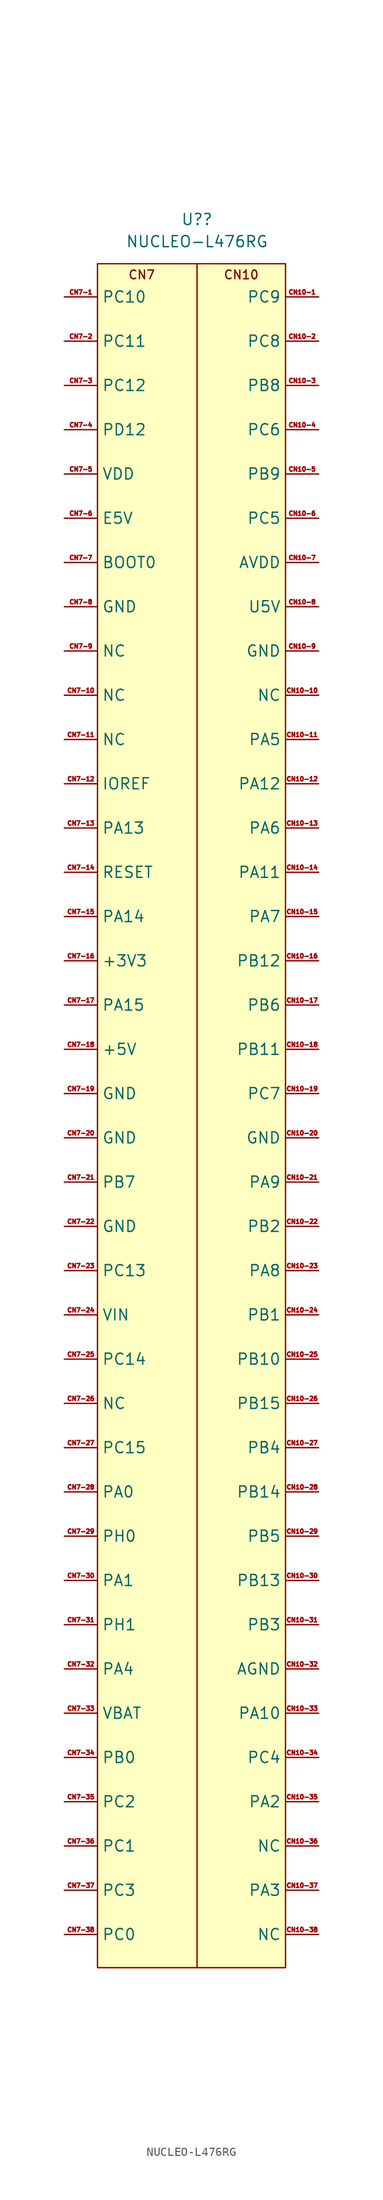
<source format=kicad_sym>
(kicad_symbol_lib
  (version 20211014)
  (generator kicad_symbol_editor)
  (symbol "NUCLEO-L476RG"
    (property "Reference" "U?"
      (at 0 5.08 0)
      (effects (font (size 1.27 1.27))))
    (property "Value" "NUCLEO-L476RG"
      (at 0 2.54 0)
      (effects (font (size 1.27 1.27))))
    (symbol "NUCLEO-L476RG_0_0"
      (text "CN10" (at 5.08 -1.27 0) (effects (font (size 1 1))))
      (text "CN7" (at -6.35 -1.27 0) (effects (font (size 1 1)))))
    (symbol "NUCLEO-L476RG_0_1"
      (rectangle (start -11.43 0) (end 10.16 -195.58) (stroke (width 0) (type default) (color 0 0 0 0)) (fill (type background)))
      (polyline (pts (xy 0 -195.58) (xy 0 0)) (stroke (width 0) (type default) (color 0 0 0 0)) (fill (type none))))
    (symbol "NUCLEO-L476RG_1_1"
      (pin unspecified line (at 13.97 -3.81 180) (length 3.8) (name "PC9" (effects (font (size 1.27 1.27)))) (number "CN10-1" (effects (font (size 0.5 0.5)))))
      (pin unspecified line (at 13.97 -49.53 180) (length 3.8) (name "NC" (effects (font (size 1.27 1.27)))) (number "CN10-10" (effects (font (size 0.5 0.5)))))
      (pin unspecified line (at 13.97 -54.61 180) (length 3.8) (name "PA5" (effects (font (size 1.27 1.27)))) (number "CN10-11" (effects (font (size 0.5 0.5)))))
      (pin unspecified line (at 13.97 -59.69 180) (length 3.8) (name "PA12" (effects (font (size 1.27 1.27)))) (number "CN10-12" (effects (font (size 0.5 0.5)))))
      (pin unspecified line (at 13.97 -64.77 180) (length 3.8) (name "PA6" (effects (font (size 1.27 1.27)))) (number "CN10-13" (effects (font (size 0.5 0.5)))))
      (pin unspecified line (at 13.97 -69.85 180) (length 3.8) (name "PA11" (effects (font (size 1.27 1.27)))) (number "CN10-14" (effects (font (size 0.5 0.5)))))
      (pin unspecified line (at 13.97 -74.93 180) (length 3.8) (name "PA7" (effects (font (size 1.27 1.27)))) (number "CN10-15" (effects (font (size 0.5 0.5)))))
      (pin unspecified line (at 13.97 -80.01 180) (length 3.8) (name "PB12" (effects (font (size 1.27 1.27)))) (number "CN10-16" (effects (font (size 0.5 0.5)))))
      (pin unspecified line (at 13.97 -85.09 180) (length 3.8) (name "PB6" (effects (font (size 1.27 1.27)))) (number "CN10-17" (effects (font (size 0.5 0.5)))))
      (pin unspecified line (at 13.97 -90.17 180) (length 3.8) (name "PB11" (effects (font (size 1.27 1.27)))) (number "CN10-18" (effects (font (size 0.5 0.5)))))
      (pin unspecified line (at 13.97 -95.25 180) (length 3.8) (name "PC7" (effects (font (size 1.27 1.27)))) (number "CN10-19" (effects (font (size 0.5 0.5)))))
      (pin unspecified line (at 13.97 -8.89 180) (length 3.8) (name "PC8" (effects (font (size 1.27 1.27)))) (number "CN10-2" (effects (font (size 0.5 0.5)))))
      (pin unspecified line (at 13.97 -100.33 180) (length 3.8) (name "GND" (effects (font (size 1.27 1.27)))) (number "CN10-20" (effects (font (size 0.5 0.5)))))
      (pin unspecified line (at 13.97 -105.41 180) (length 3.8) (name "PA9" (effects (font (size 1.27 1.27)))) (number "CN10-21" (effects (font (size 0.5 0.5)))))
      (pin unspecified line (at 13.97 -110.49 180) (length 3.8) (name "PB2" (effects (font (size 1.27 1.27)))) (number "CN10-22" (effects (font (size 0.5 0.5)))))
      (pin unspecified line (at 13.97 -115.57 180) (length 3.8) (name "PA8" (effects (font (size 1.27 1.27)))) (number "CN10-23" (effects (font (size 0.5 0.5)))))
      (pin unspecified line (at 13.97 -120.65 180) (length 3.8) (name "PB1" (effects (font (size 1.27 1.27)))) (number "CN10-24" (effects (font (size 0.5 0.5)))))
      (pin unspecified line (at 13.97 -125.73 180) (length 3.8) (name "PB10" (effects (font (size 1.27 1.27)))) (number "CN10-25" (effects (font (size 0.5 0.5)))))
      (pin unspecified line (at 13.97 -130.81 180) (length 3.8) (name "PB15" (effects (font (size 1.27 1.27)))) (number "CN10-26" (effects (font (size 0.5 0.5)))))
      (pin unspecified line (at 13.97 -135.89 180) (length 3.8) (name "PB4" (effects (font (size 1.27 1.27)))) (number "CN10-27" (effects (font (size 0.5 0.5)))))
      (pin unspecified line (at 13.97 -140.97 180) (length 3.8) (name "PB14" (effects (font (size 1.27 1.27)))) (number "CN10-28" (effects (font (size 0.5 0.5)))))
      (pin unspecified line (at 13.97 -146.05 180) (length 3.8) (name "PB5" (effects (font (size 1.27 1.27)))) (number "CN10-29" (effects (font (size 0.5 0.5)))))
      (pin unspecified line (at 13.97 -13.97 180) (length 3.8) (name "PB8" (effects (font (size 1.27 1.27)))) (number "CN10-3" (effects (font (size 0.5 0.5)))))
      (pin unspecified line (at 13.97 -151.13 180) (length 3.8) (name "PB13" (effects (font (size 1.27 1.27)))) (number "CN10-30" (effects (font (size 0.5 0.5)))))
      (pin unspecified line (at 13.97 -156.21 180) (length 3.8) (name "PB3" (effects (font (size 1.27 1.27)))) (number "CN10-31" (effects (font (size 0.5 0.5)))))
      (pin unspecified line (at 13.97 -161.29 180) (length 3.8) (name "AGND" (effects (font (size 1.27 1.27)))) (number "CN10-32" (effects (font (size 0.5 0.5)))))
      (pin unspecified line (at 13.97 -166.37 180) (length 3.8) (name "PA10" (effects (font (size 1.27 1.27)))) (number "CN10-33" (effects (font (size 0.5 0.5)))))
      (pin unspecified line (at 13.97 -171.45 180) (length 3.8) (name "PC4" (effects (font (size 1.27 1.27)))) (number "CN10-34" (effects (font (size 0.5 0.5)))))
      (pin unspecified line (at 13.97 -176.53 180) (length 3.8) (name "PA2" (effects (font (size 1.27 1.27)))) (number "CN10-35" (effects (font (size 0.5 0.5)))))
      (pin unspecified line (at 13.97 -181.61 180) (length 3.8) (name "NC" (effects (font (size 1.27 1.27)))) (number "CN10-36" (effects (font (size 0.5 0.5)))))
      (pin unspecified line (at 13.97 -186.69 180) (length 3.8) (name "PA3" (effects (font (size 1.27 1.27)))) (number "CN10-37" (effects (font (size 0.5 0.5)))))
      (pin unspecified line (at 13.97 -191.77 180) (length 3.8) (name "NC" (effects (font (size 1.27 1.27)))) (number "CN10-38" (effects (font (size 0.5 0.5)))))
      (pin unspecified line (at 13.97 -19.05 180) (length 3.8) (name "PC6" (effects (font (size 1.27 1.27)))) (number "CN10-4" (effects (font (size 0.5 0.5)))))
      (pin unspecified line (at 13.97 -24.13 180) (length 3.8) (name "PB9" (effects (font (size 1.27 1.27)))) (number "CN10-5" (effects (font (size 0.5 0.5)))))
      (pin unspecified line (at 13.97 -29.21 180) (length 3.8) (name "PC5" (effects (font (size 1.27 1.27)))) (number "CN10-6" (effects (font (size 0.5 0.5)))))
      (pin unspecified line (at 13.97 -34.29 180) (length 3.8) (name "AVDD" (effects (font (size 1.27 1.27)))) (number "CN10-7" (effects (font (size 0.5 0.5)))))
      (pin unspecified line (at 13.97 -39.37 180) (length 3.8) (name "U5V" (effects (font (size 1.27 1.27)))) (number "CN10-8" (effects (font (size 0.5 0.5)))))
      (pin unspecified line (at 13.97 -44.45 180) (length 3.8) (name "GND" (effects (font (size 1.27 1.27)))) (number "CN10-9" (effects (font (size 0.5 0.5)))))
      (pin unspecified line (at -15.24 -3.81 0) (length 3.8) (name "PC10" (effects (font (size 1.27 1.27)))) (number "CN7-1" (effects (font (size 0.5 0.5)))))
      (pin unspecified line (at -15.24 -49.53 0) (length 3.8) (name "NC" (effects (font (size 1.27 1.27)))) (number "CN7-10" (effects (font (size 0.5 0.5)))))
      (pin unspecified line (at -15.24 -54.61 0) (length 3.8) (name "NC" (effects (font (size 1.27 1.27)))) (number "CN7-11" (effects (font (size 0.5 0.5)))))
      (pin unspecified line (at -15.24 -59.69 0) (length 3.8) (name "IOREF" (effects (font (size 1.27 1.27)))) (number "CN7-12" (effects (font (size 0.5 0.5)))))
      (pin unspecified line (at -15.24 -64.77 0) (length 3.8) (name "PA13" (effects (font (size 1.27 1.27)))) (number "CN7-13" (effects (font (size 0.5 0.5)))))
      (pin unspecified line (at -15.24 -69.85 0) (length 3.8) (name "RESET" (effects (font (size 1.27 1.27)))) (number "CN7-14" (effects (font (size 0.5 0.5)))))
      (pin unspecified line (at -15.24 -74.93 0) (length 3.8) (name "PA14" (effects (font (size 1.27 1.27)))) (number "CN7-15" (effects (font (size 0.5 0.5)))))
      (pin unspecified line (at -15.24 -80.01 0) (length 3.8) (name "+3V3" (effects (font (size 1.27 1.27)))) (number "CN7-16" (effects (font (size 0.5 0.5)))))
      (pin unspecified line (at -15.24 -85.09 0) (length 3.8) (name "PA15" (effects (font (size 1.27 1.27)))) (number "CN7-17" (effects (font (size 0.5 0.5)))))
      (pin unspecified line (at -15.24 -90.17 0) (length 3.8) (name "+5V" (effects (font (size 1.27 1.27)))) (number "CN7-18" (effects (font (size 0.5 0.5)))))
      (pin unspecified line (at -15.24 -95.25 0) (length 3.8) (name "GND" (effects (font (size 1.27 1.27)))) (number "CN7-19" (effects (font (size 0.5 0.5)))))
      (pin unspecified line (at -15.24 -8.89 0) (length 3.8) (name "PC11" (effects (font (size 1.27 1.27)))) (number "CN7-2" (effects (font (size 0.5 0.5)))))
      (pin unspecified line (at -15.24 -100.33 0) (length 3.8) (name "GND" (effects (font (size 1.27 1.27)))) (number "CN7-20" (effects (font (size 0.5 0.5)))))
      (pin unspecified line (at -15.24 -105.41 0) (length 3.8) (name "PB7" (effects (font (size 1.27 1.27)))) (number "CN7-21" (effects (font (size 0.5 0.5)))))
      (pin unspecified line (at -15.24 -110.49 0) (length 3.8) (name "GND" (effects (font (size 1.27 1.27)))) (number "CN7-22" (effects (font (size 0.5 0.5)))))
      (pin unspecified line (at -15.24 -115.57 0) (length 3.8) (name "PC13" (effects (font (size 1.27 1.27)))) (number "CN7-23" (effects (font (size 0.5 0.5)))))
      (pin unspecified line (at -15.24 -120.65 0) (length 3.8) (name "VIN" (effects (font (size 1.27 1.27)))) (number "CN7-24" (effects (font (size 0.5 0.5)))))
      (pin unspecified line (at -15.24 -125.73 0) (length 3.8) (name "PC14" (effects (font (size 1.27 1.27)))) (number "CN7-25" (effects (font (size 0.5 0.5)))))
      (pin unspecified line (at -15.24 -130.81 0) (length 3.8) (name "NC" (effects (font (size 1.27 1.27)))) (number "CN7-26" (effects (font (size 0.5 0.5)))))
      (pin unspecified line (at -15.24 -135.89 0) (length 3.8) (name "PC15" (effects (font (size 1.27 1.27)))) (number "CN7-27" (effects (font (size 0.5 0.5)))))
      (pin unspecified line (at -15.24 -140.97 0) (length 3.8) (name "PA0" (effects (font (size 1.27 1.27)))) (number "CN7-28" (effects (font (size 0.5 0.5)))))
      (pin unspecified line (at -15.24 -146.05 0) (length 3.8) (name "PH0" (effects (font (size 1.27 1.27)))) (number "CN7-29" (effects (font (size 0.5 0.5)))))
      (pin unspecified line (at -15.24 -13.97 0) (length 3.8) (name "PC12" (effects (font (size 1.27 1.27)))) (number "CN7-3" (effects (font (size 0.5 0.5)))))
      (pin unspecified line (at -15.24 -151.13 0) (length 3.8) (name "PA1" (effects (font (size 1.27 1.27)))) (number "CN7-30" (effects (font (size 0.5 0.5)))))
      (pin unspecified line (at -15.24 -156.21 0) (length 3.8) (name "PH1" (effects (font (size 1.27 1.27)))) (number "CN7-31" (effects (font (size 0.5 0.5)))))
      (pin unspecified line (at -15.24 -161.29 0) (length 3.8) (name "PA4" (effects (font (size 1.27 1.27)))) (number "CN7-32" (effects (font (size 0.5 0.5)))))
      (pin unspecified line (at -15.24 -166.37 0) (length 3.8) (name "VBAT" (effects (font (size 1.27 1.27)))) (number "CN7-33" (effects (font (size 0.5 0.5)))))
      (pin unspecified line (at -15.24 -171.45 0) (length 3.8) (name "PB0" (effects (font (size 1.27 1.27)))) (number "CN7-34" (effects (font (size 0.5 0.5)))))
      (pin unspecified line (at -15.24 -176.53 0) (length 3.8) (name "PC2" (effects (font (size 1.27 1.27)))) (number "CN7-35" (effects (font (size 0.5 0.5)))))
      (pin unspecified line (at -15.24 -181.61 0) (length 3.8) (name "PC1" (effects (font (size 1.27 1.27)))) (number "CN7-36" (effects (font (size 0.5 0.5)))))
      (pin unspecified line (at -15.24 -186.69 0) (length 3.8) (name "PC3" (effects (font (size 1.27 1.27)))) (number "CN7-37" (effects (font (size 0.5 0.5)))))
      (pin unspecified line (at -15.24 -191.77 0) (length 3.8) (name "PC0" (effects (font (size 1.27 1.27)))) (number "CN7-38" (effects (font (size 0.5 0.5)))))
      (pin unspecified line (at -15.24 -19.05 0) (length 3.8) (name "PD12" (effects (font (size 1.27 1.27)))) (number "CN7-4" (effects (font (size 0.5 0.5)))))
      (pin unspecified line (at -15.24 -24.13 0) (length 3.8) (name "VDD" (effects (font (size 1.27 1.27)))) (number "CN7-5" (effects (font (size 0.5 0.5)))))
      (pin unspecified line (at -15.24 -29.21 0) (length 3.8) (name "E5V" (effects (font (size 1.27 1.27)))) (number "CN7-6" (effects (font (size 0.5 0.5)))))
      (pin unspecified line (at -15.24 -34.29 0) (length 3.8) (name "BOOT0" (effects (font (size 1.27 1.27)))) (number "CN7-7" (effects (font (size 0.5 0.5)))))
      (pin unspecified line (at -15.24 -39.37 0) (length 3.8) (name "GND" (effects (font (size 1.27 1.27)))) (number "CN7-8" (effects (font (size 0.5 0.5)))))
      (pin unspecified line (at -15.24 -44.45 0) (length 3.8) (name "NC" (effects (font (size 1.27 1.27)))) (number "CN7-9" (effects (font (size 0.5 0.5))))))))
</source>
